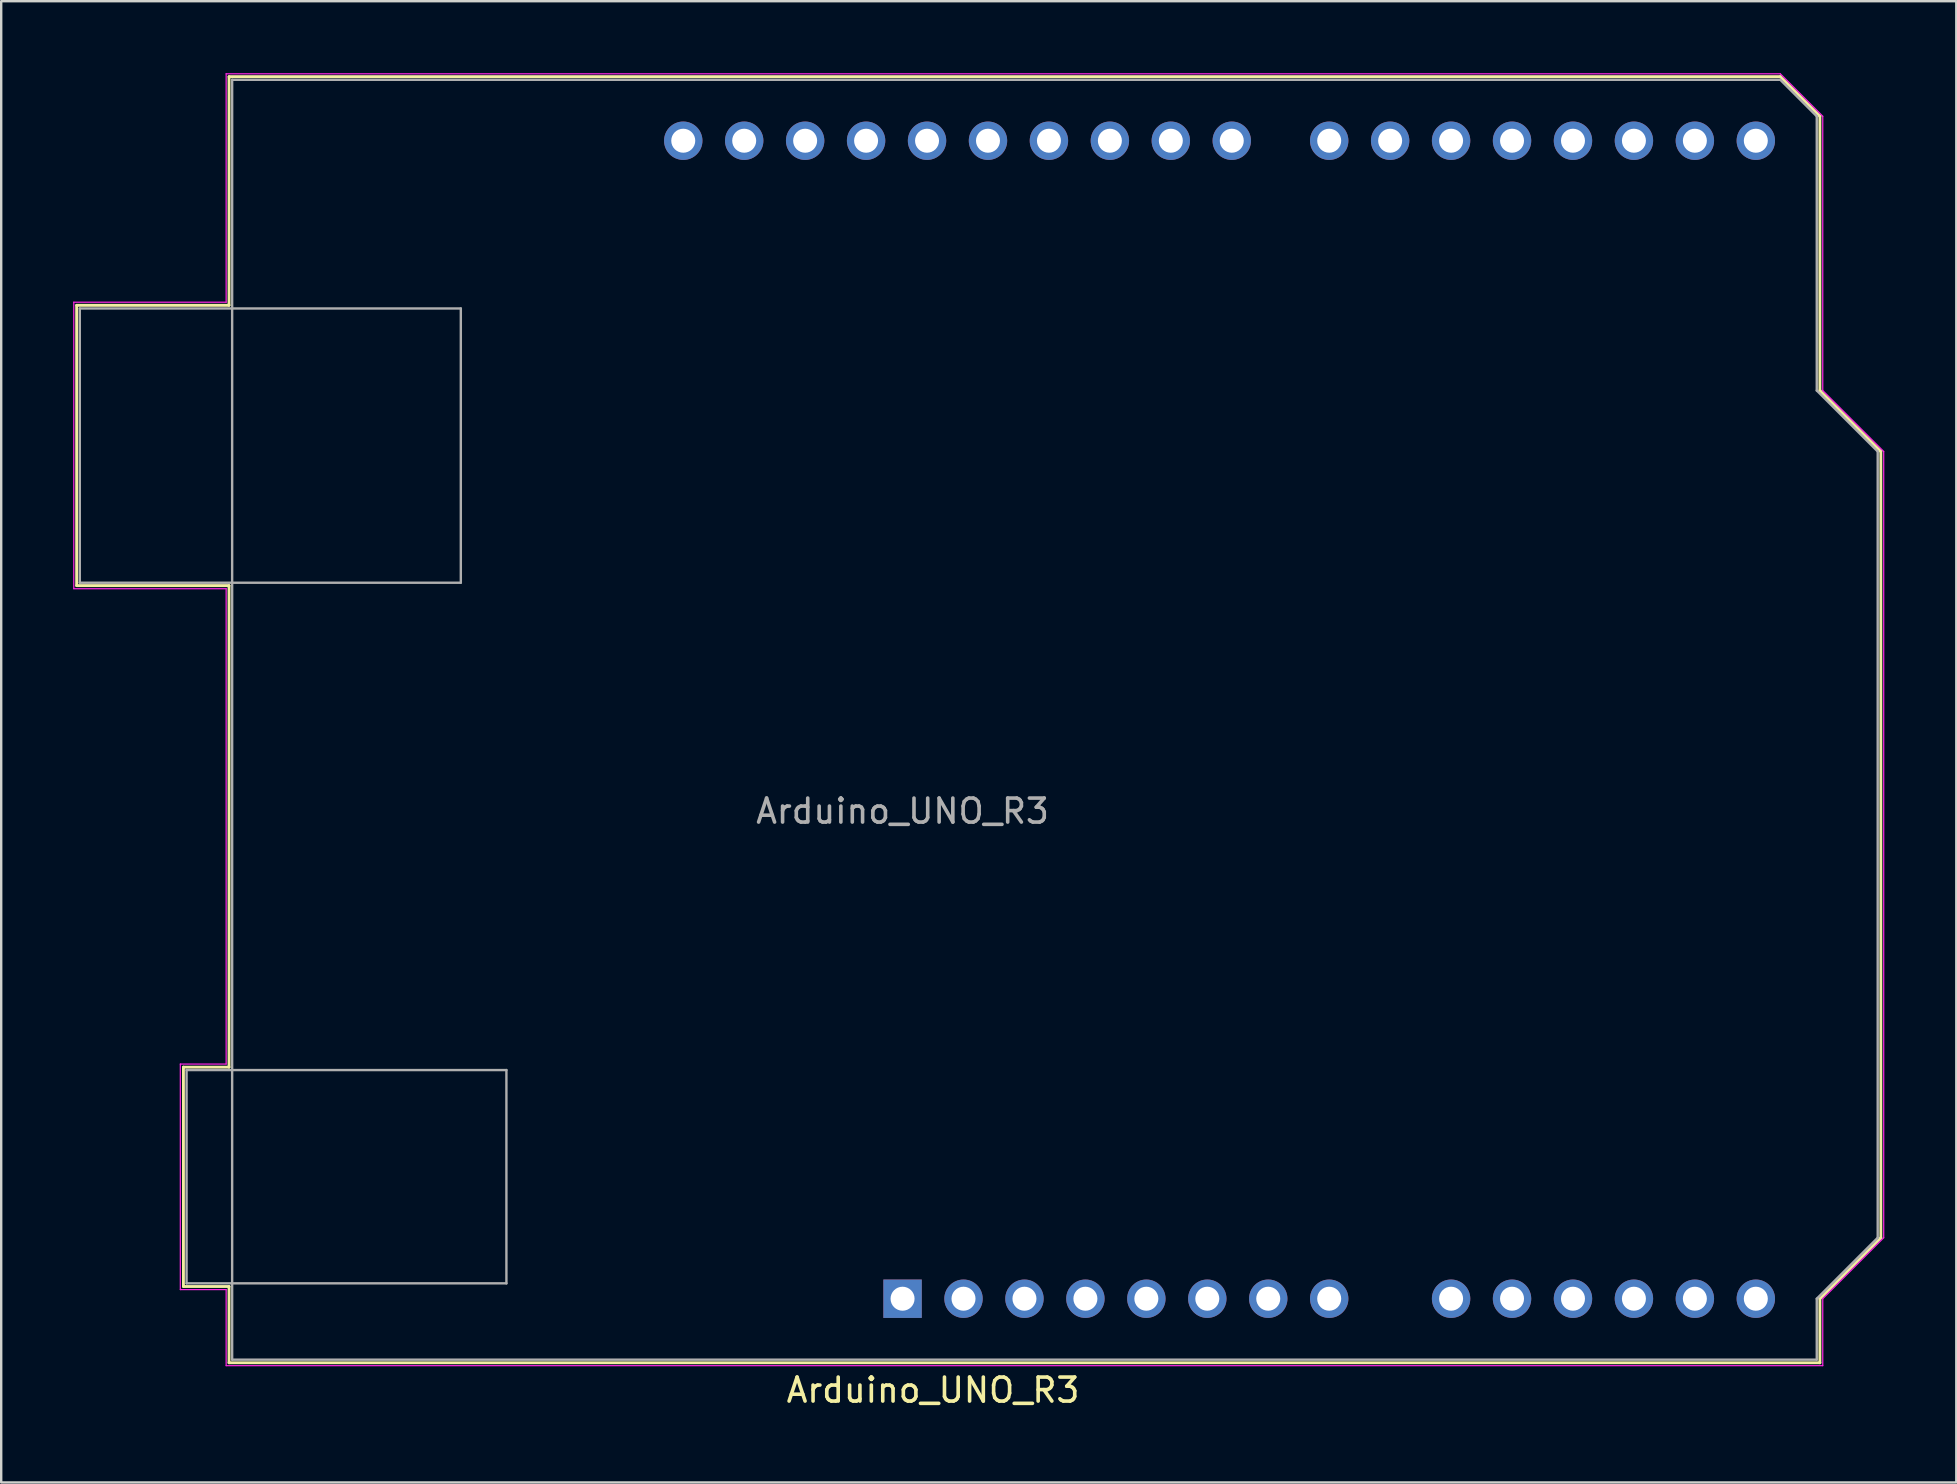
<source format=kicad_pcb>
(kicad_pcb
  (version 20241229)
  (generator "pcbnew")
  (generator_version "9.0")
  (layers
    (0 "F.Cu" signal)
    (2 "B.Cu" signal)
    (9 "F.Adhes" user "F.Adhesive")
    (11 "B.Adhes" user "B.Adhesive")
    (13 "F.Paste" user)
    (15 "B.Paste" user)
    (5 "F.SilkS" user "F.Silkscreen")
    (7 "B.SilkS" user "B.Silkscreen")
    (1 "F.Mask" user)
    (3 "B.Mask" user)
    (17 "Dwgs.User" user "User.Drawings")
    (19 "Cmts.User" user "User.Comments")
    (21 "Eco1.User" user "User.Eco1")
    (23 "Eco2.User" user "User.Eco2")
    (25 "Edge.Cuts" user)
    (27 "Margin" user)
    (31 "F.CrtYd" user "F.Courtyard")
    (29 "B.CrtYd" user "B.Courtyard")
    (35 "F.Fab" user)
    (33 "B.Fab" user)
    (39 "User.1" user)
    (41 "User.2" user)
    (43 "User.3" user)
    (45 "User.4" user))
  (footprint "Arduino_UNO_R3"
    (layer "F.Cu")
    (at 34.565 5.355)
    (property "Reference" "Arduino_UNO_R3" (at 1.27 49.53 180) (layer "F.SilkS") (effects (font (size 1 1) (thickness 0.15))))
    (attr through_hole)
    (fp_line (start -34.42 4.32) (end -28.07 4.32) (stroke (width 0.12) (type solid)) (layer "F.SilkS"))
    (fp_line (start -34.42 16) (end -34.42 4.32) (stroke (width 0.12) (type solid)) (layer "F.SilkS"))
    (fp_line (start -29.97 36.07) (end -28.07 36.07) (stroke (width 0.12) (type solid)) (layer "F.SilkS"))
    (fp_line (start -29.97 45.21) (end -29.97 36.07) (stroke (width 0.12) (type solid)) (layer "F.SilkS"))
    (fp_line (start -28.07 -5.21) (end 36.58 -5.21) (stroke (width 0.12) (type solid)) (layer "F.SilkS"))
    (fp_line (start -28.07 4.32) (end -28.07 -5.21) (stroke (width 0.12) (type solid)) (layer "F.SilkS"))
    (fp_line (start -28.07 16) (end -34.42 16) (stroke (width 0.12) (type solid)) (layer "F.SilkS"))
    (fp_line (start -28.07 36.07) (end -28.07 16) (stroke (width 0.12) (type solid)) (layer "F.SilkS"))
    (fp_line (start -28.07 45.21) (end -29.97 45.21) (stroke (width 0.12) (type solid)) (layer "F.SilkS"))
    (fp_line (start -28.07 48.39) (end -28.07 45.21) (stroke (width 0.12) (type solid)) (layer "F.SilkS"))
    (fp_line (start 36.58 -5.21) (end 38.23 -3.56) (stroke (width 0.12) (type solid)) (layer "F.SilkS"))
    (fp_line (start 38.23 -3.56) (end 38.23 7.87) (stroke (width 0.12) (type solid)) (layer "F.SilkS"))
    (fp_line (start 38.23 7.87) (end 40.77 10.41) (stroke (width 0.12) (type solid)) (layer "F.SilkS"))
    (fp_line (start 38.23 45.72) (end 38.23 48.39) (stroke (width 0.12) (type solid)) (layer "F.SilkS"))
    (fp_line (start 38.23 48.39) (end -28.07 48.39) (stroke (width 0.12) (type solid)) (layer "F.SilkS"))
    (fp_line (start 40.77 10.41) (end 40.77 43.18) (stroke (width 0.12) (type solid)) (layer "F.SilkS"))
    (fp_line (start 40.77 43.18) (end 38.23 45.72) (stroke (width 0.12) (type solid)) (layer "F.SilkS"))
    (fp_line (start -34.54 4.19) (end -34.54 16.13) (stroke (width 0.05) (type solid)) (layer "F.CrtYd"))
    (fp_line (start -34.54 16.13) (end -28.19 16.13) (stroke (width 0.05) (type solid)) (layer "F.CrtYd"))
    (fp_line (start -30.1 35.94) (end -30.1 45.34) (stroke (width 0.05) (type solid)) (layer "F.CrtYd"))
    (fp_line (start -30.1 45.34) (end -28.19 45.34) (stroke (width 0.05) (type solid)) (layer "F.CrtYd"))
    (fp_line (start -28.19 -5.33) (end -28.19 4.19) (stroke (width 0.05) (type solid)) (layer "F.CrtYd"))
    (fp_line (start -28.19 4.19) (end -34.54 4.19) (stroke (width 0.05) (type solid)) (layer "F.CrtYd"))
    (fp_line (start -28.19 16.13) (end -28.19 35.94) (stroke (width 0.05) (type solid)) (layer "F.CrtYd"))
    (fp_line (start -28.19 35.94) (end -30.1 35.94) (stroke (width 0.05) (type solid)) (layer "F.CrtYd"))
    (fp_line (start -28.19 45.34) (end -28.19 48.51) (stroke (width 0.05) (type solid)) (layer "F.CrtYd"))
    (fp_line (start -28.19 48.51) (end 38.35 48.51) (stroke (width 0.05) (type solid)) (layer "F.CrtYd"))
    (fp_line (start 36.58 -5.33) (end -28.19 -5.33) (stroke (width 0.05) (type solid)) (layer "F.CrtYd"))
    (fp_line (start 38.35 -3.56) (end 36.58 -5.33) (stroke (width 0.05) (type solid)) (layer "F.CrtYd"))
    (fp_line (start 38.35 7.87) (end 38.35 -3.56) (stroke (width 0.05) (type solid)) (layer "F.CrtYd"))
    (fp_line (start 38.35 45.72) (end 40.89 43.18) (stroke (width 0.05) (type solid)) (layer "F.CrtYd"))
    (fp_line (start 38.35 48.51) (end 38.35 45.72) (stroke (width 0.05) (type solid)) (layer "F.CrtYd"))
    (fp_line (start 40.89 10.41) (end 38.35 7.87) (stroke (width 0.05) (type solid)) (layer "F.CrtYd"))
    (fp_line (start 40.89 43.18) (end 40.89 10.41) (stroke (width 0.05) (type solid)) (layer "F.CrtYd"))
    (fp_line (start -34.29 4.45) (end -34.29 15.88) (stroke (width 0.1) (type solid)) (layer "F.Fab"))
    (fp_line (start -34.29 15.88) (end -18.41 15.88) (stroke (width 0.1) (type solid)) (layer "F.Fab"))
    (fp_line (start -29.84 36.19) (end -29.84 45.08) (stroke (width 0.1) (type solid)) (layer "F.Fab"))
    (fp_line (start -29.84 45.08) (end -16.51 45.08) (stroke (width 0.1) (type solid)) (layer "F.Fab"))
    (fp_line (start -27.94 -5.08) (end -27.94 48.26) (stroke (width 0.1) (type solid)) (layer "F.Fab"))
    (fp_line (start -27.94 48.26) (end 38.1 48.26) (stroke (width 0.1) (type solid)) (layer "F.Fab"))
    (fp_line (start -18.41 4.45) (end -34.29 4.45) (stroke (width 0.1) (type solid)) (layer "F.Fab"))
    (fp_line (start -18.41 15.88) (end -18.41 4.45) (stroke (width 0.1) (type solid)) (layer "F.Fab"))
    (fp_line (start -16.51 36.19) (end -29.84 36.19) (stroke (width 0.1) (type solid)) (layer "F.Fab"))
    (fp_line (start -16.51 45.08) (end -16.51 36.19) (stroke (width 0.1) (type solid)) (layer "F.Fab"))
    (fp_line (start 36.58 -5.08) (end -27.94 -5.08) (stroke (width 0.1) (type solid)) (layer "F.Fab"))
    (fp_line (start 38.1 -3.56) (end 36.58 -5.08) (stroke (width 0.1) (type solid)) (layer "F.Fab"))
    (fp_line (start 38.1 7.87) (end 38.1 -3.56) (stroke (width 0.1) (type solid)) (layer "F.Fab"))
    (fp_line (start 38.1 45.72) (end 40.64 43.18) (stroke (width 0.1) (type solid)) (layer "F.Fab"))
    (fp_line (start 38.1 48.26) (end 38.1 45.72) (stroke (width 0.1) (type solid)) (layer "F.Fab"))
    (fp_line (start 40.64 10.41) (end 38.1 7.87) (stroke (width 0.1) (type solid)) (layer "F.Fab"))
    (fp_line (start 40.64 43.18) (end 40.64 10.41) (stroke (width 0.1) (type solid)) (layer "F.Fab"))
    (fp_text user "${REFERENCE}" (at 0 25.4 180) (layer "F.Fab") (effects (font (size 1 1) (thickness 0.15))))
    (pad "1" thru_hole rect (at 0 45.72 270) (size 1.6 1.6) (drill 1) (layers "*.Cu" "*.Mask"))
    (pad "2" thru_hole oval (at 2.54 45.72 270) (size 1.6 1.6) (drill 1) (layers "*.Cu" "*.Mask"))
    (pad "3" thru_hole oval (at 5.08 45.72 270) (size 1.6 1.6) (drill 1) (layers "*.Cu" "*.Mask"))
    (pad "4" thru_hole oval (at 7.62 45.72 270) (size 1.6 1.6) (drill 1) (layers "*.Cu" "*.Mask"))
    (pad "5" thru_hole oval (at 10.16 45.72 270) (size 1.6 1.6) (drill 1) (layers "*.Cu" "*.Mask"))
    (pad "6" thru_hole oval (at 12.7 45.72 270) (size 1.6 1.6) (drill 1) (layers "*.Cu" "*.Mask"))
    (pad "7" thru_hole oval (at 15.24 45.72 270) (size 1.6 1.6) (drill 1) (layers "*.Cu" "*.Mask"))
    (pad "8" thru_hole oval (at 17.78 45.72 270) (size 1.6 1.6) (drill 1) (layers "*.Cu" "*.Mask"))
    (pad "9" thru_hole oval (at 22.86 45.72 270) (size 1.6 1.6) (drill 1) (layers "*.Cu" "*.Mask"))
    (pad "10" thru_hole oval (at 25.4 45.72 270) (size 1.6 1.6) (drill 1) (layers "*.Cu" "*.Mask"))
    (pad "11" thru_hole oval (at 27.94 45.72 270) (size 1.6 1.6) (drill 1) (layers "*.Cu" "*.Mask"))
    (pad "12" thru_hole oval (at 30.48 45.72 270) (size 1.6 1.6) (drill 1) (layers "*.Cu" "*.Mask"))
    (pad "13" thru_hole oval (at 33.02 45.72 270) (size 1.6 1.6) (drill 1) (layers "*.Cu" "*.Mask"))
    (pad "14" thru_hole oval (at 35.56 45.72 270) (size 1.6 1.6) (drill 1) (layers "*.Cu" "*.Mask"))
    (pad "15" thru_hole oval (at 35.56 -2.54 270) (size 1.6 1.6) (drill 1) (layers "*.Cu" "*.Mask"))
    (pad "16" thru_hole oval (at 33.02 -2.54 270) (size 1.6 1.6) (drill 1) (layers "*.Cu" "*.Mask"))
    (pad "17" thru_hole oval (at 30.48 -2.54 270) (size 1.6 1.6) (drill 1) (layers "*.Cu" "*.Mask"))
    (pad "18" thru_hole oval (at 27.94 -2.54 270) (size 1.6 1.6) (drill 1) (layers "*.Cu" "*.Mask"))
    (pad "19" thru_hole oval (at 25.4 -2.54 270) (size 1.6 1.6) (drill 1) (layers "*.Cu" "*.Mask"))
    (pad "20" thru_hole oval (at 22.86 -2.54 270) (size 1.6 1.6) (drill 1) (layers "*.Cu" "*.Mask"))
    (pad "21" thru_hole oval (at 20.32 -2.54 270) (size 1.6 1.6) (drill 1) (layers "*.Cu" "*.Mask"))
    (pad "22" thru_hole oval (at 17.78 -2.54 270) (size 1.6 1.6) (drill 1) (layers "*.Cu" "*.Mask"))
    (pad "23" thru_hole oval (at 13.72 -2.54 270) (size 1.6 1.6) (drill 1) (layers "*.Cu" "*.Mask"))
    (pad "24" thru_hole oval (at 11.18 -2.54 270) (size 1.6 1.6) (drill 1) (layers "*.Cu" "*.Mask"))
    (pad "25" thru_hole oval (at 8.64 -2.54 270) (size 1.6 1.6) (drill 1) (layers "*.Cu" "*.Mask"))
    (pad "26" thru_hole oval (at 6.1 -2.54 270) (size 1.6 1.6) (drill 1) (layers "*.Cu" "*.Mask"))
    (pad "27" thru_hole oval (at 3.56 -2.54 270) (size 1.6 1.6) (drill 1) (layers "*.Cu" "*.Mask"))
    (pad "28" thru_hole oval (at 1.02 -2.54 270) (size 1.6 1.6) (drill 1) (layers "*.Cu" "*.Mask"))
    (pad "29" thru_hole oval (at -1.52 -2.54 270) (size 1.6 1.6) (drill 1) (layers "*.Cu" "*.Mask"))
    (pad "30" thru_hole oval (at -4.06 -2.54 270) (size 1.6 1.6) (drill 1) (layers "*.Cu" "*.Mask"))
    (pad "31" thru_hole oval (at -6.6 -2.54 270) (size 1.6 1.6) (drill 1) (layers "*.Cu" "*.Mask"))
    (pad "32" thru_hole oval (at -9.14 -2.54 270) (size 1.6 1.6) (drill 1) (layers "*.Cu" "*.Mask")))
  (gr_rect
    (start -3 -3)
    (end 78.48 58.733)
    (stroke (width 0.1) (type default))
    (fill no)
    (layer "Edge.Cuts")))
</source>
